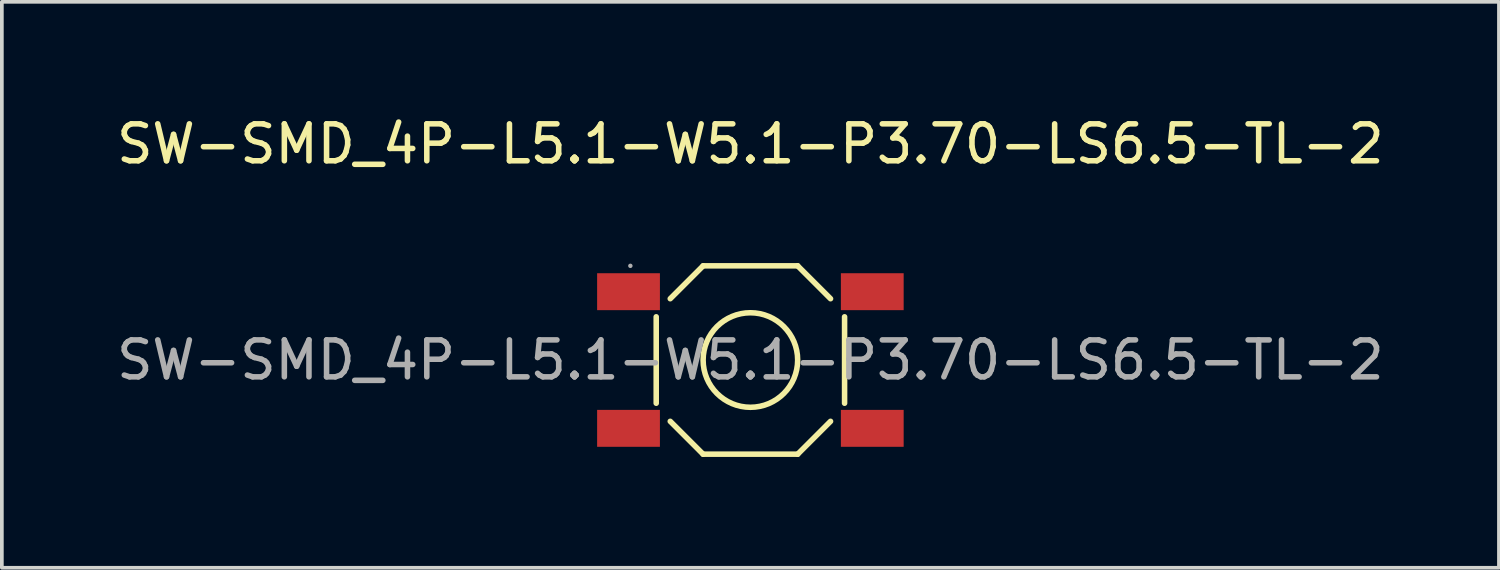
<source format=kicad_pcb>
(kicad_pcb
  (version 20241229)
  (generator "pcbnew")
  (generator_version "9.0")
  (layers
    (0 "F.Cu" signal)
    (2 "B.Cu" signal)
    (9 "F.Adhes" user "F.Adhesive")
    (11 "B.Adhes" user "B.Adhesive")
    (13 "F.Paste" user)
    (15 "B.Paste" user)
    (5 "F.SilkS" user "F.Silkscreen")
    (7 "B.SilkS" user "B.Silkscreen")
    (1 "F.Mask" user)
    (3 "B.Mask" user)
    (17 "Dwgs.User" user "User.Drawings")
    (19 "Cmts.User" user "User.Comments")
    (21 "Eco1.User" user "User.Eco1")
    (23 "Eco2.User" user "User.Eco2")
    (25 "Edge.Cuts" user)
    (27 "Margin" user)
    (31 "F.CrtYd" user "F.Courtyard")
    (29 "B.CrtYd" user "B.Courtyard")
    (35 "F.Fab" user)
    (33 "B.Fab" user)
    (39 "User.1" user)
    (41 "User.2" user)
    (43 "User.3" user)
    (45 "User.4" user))
  (footprint "SW-SMD_4P-L5.1-W5.1-P3.70-LS6.5-TL-2"
    (layer "F.Cu")
    (at 17.268 6.698)
    (property "Reference" "SW-SMD_4P-L5.1-W5.1-P3.70-LS6.5-TL-2" (at 0 -5.85 0) (layer "F.SilkS") (effects (font (size 1 1) (thickness 0.15))))
    (attr smd)
    (fp_line (start -2.55 -1.17) (end -2.55 1.17) (stroke (width 0.15) (type solid)) (layer "F.SilkS"))
    (fp_line (start -2.17 1.66) (end -1.28 2.55) (stroke (width 0.15) (type solid)) (layer "F.SilkS"))
    (fp_line (start -1.28 -2.55) (end -2.17 -1.66) (stroke (width 0.15) (type solid)) (layer "F.SilkS"))
    (fp_line (start -1.28 -2.55) (end 1.28 -2.55) (stroke (width 0.15) (type solid)) (layer "F.SilkS"))
    (fp_line (start -1.28 2.55) (end 1.28 2.55) (stroke (width 0.15) (type solid)) (layer "F.SilkS"))
    (fp_line (start 1.28 -2.55) (end 2.17 -1.66) (stroke (width 0.15) (type solid)) (layer "F.SilkS"))
    (fp_line (start 2.17 1.66) (end 1.28 2.55) (stroke (width 0.15) (type solid)) (layer "F.SilkS"))
    (fp_line (start 2.55 -1.17) (end 2.55 1.17) (stroke (width 0.15) (type solid)) (layer "F.SilkS"))
    (fp_circle (center 0 0) (end 1.28 0) (stroke (width 0.15) (type solid)) (fill no) (layer "F.SilkS"))
    (fp_circle (center -3.25 -2.55) (end -3.22 -2.55) (stroke (width 0.06) (type solid)) (fill no) (layer "F.Fab"))
    (fp_text user "${REFERENCE}" (at 0 0 0) (layer "F.Fab") (effects (font (size 1 1) (thickness 0.15))))
    (pad "1" smd rect (at -3.3 -1.85) (size 1.7 1) (layers "F.Cu" "F.Mask" "F.Paste"))
    (pad "2" smd rect (at 3.3 -1.85) (size 1.7 1) (layers "F.Cu" "F.Mask" "F.Paste"))
    (pad "3" smd rect (at -3.3 1.85) (size 1.7 1) (layers "F.Cu" "F.Mask" "F.Paste"))
    (pad "4" smd rect (at 3.3 1.85) (size 1.7 1) (layers "F.Cu" "F.Mask" "F.Paste")))
  (gr_rect
    (start -3 -3)
    (end 37.536 12.323)
    (stroke (width 0.1) (type default))
    (fill no)
    (layer "Edge.Cuts")))
</source>
